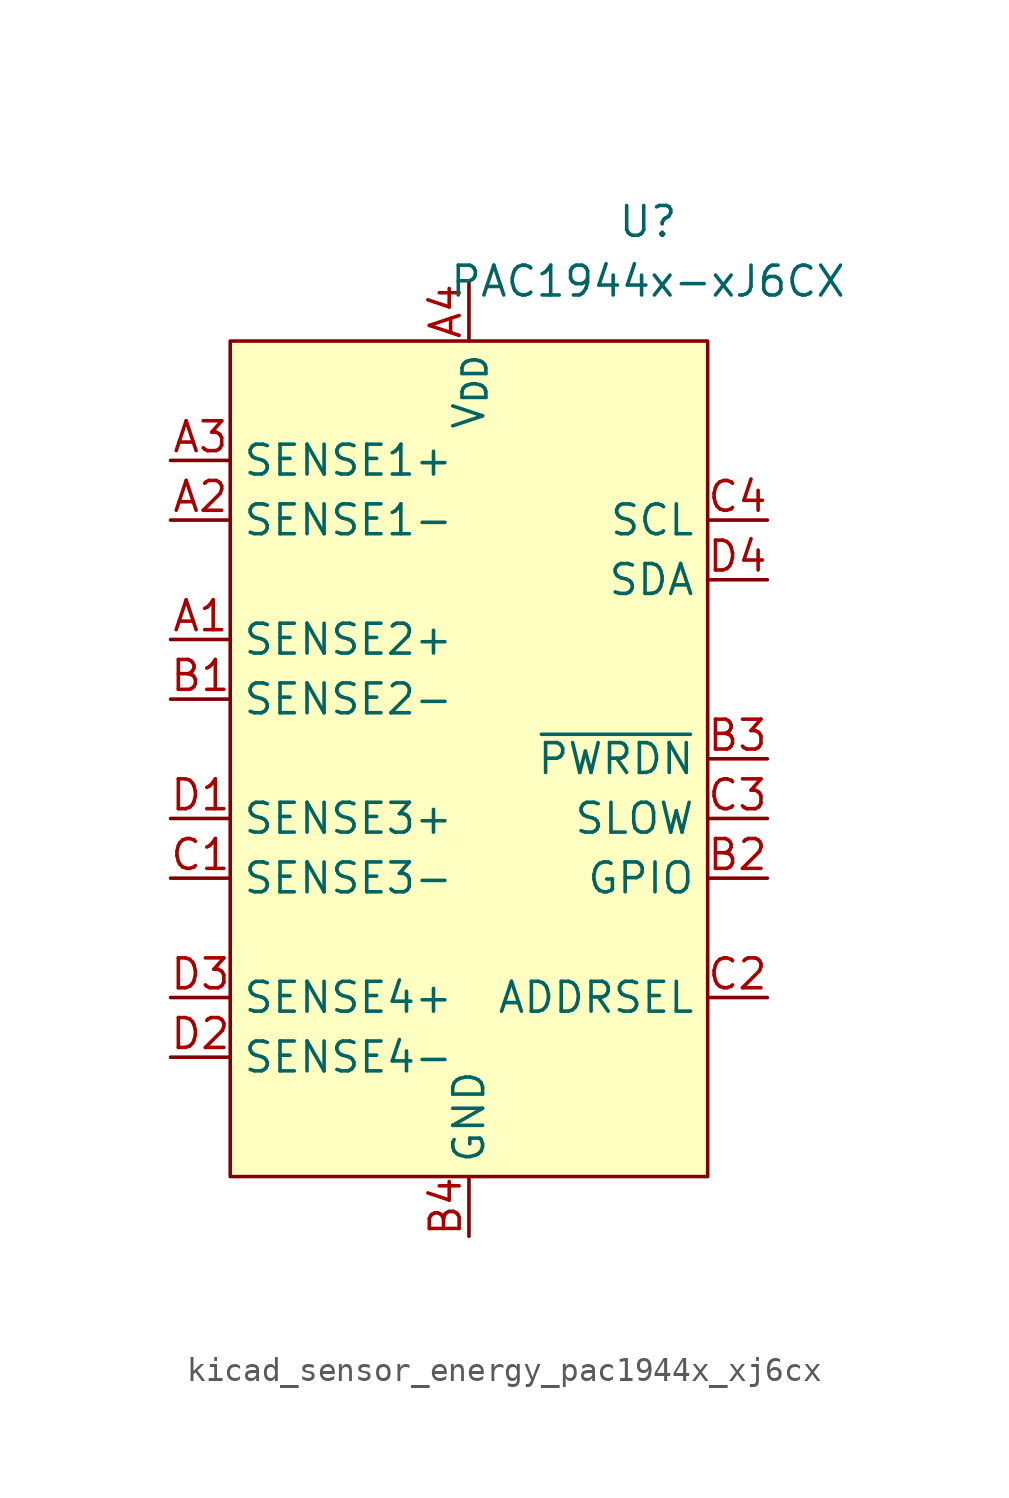
<source format=kicad_sym>
(kicad_symbol_lib
  (version 20220914)
  (generator kicad_symbol_editor)
  (symbol "kicad_sensor_energy_pac1944x_xj6cx"
    (property "Reference" "U"
      (at 7.62 22.86 0)
      (effects (font (size 1.27 1.27))))
    (property "Value" "PAC1944x-xJ6CX"
      (at 7.62 20.32 0)
      (effects (font (size 1.27 1.27))))
    (symbol "kicad_sensor_energy_pac1944x_xj6cx_0_0"
      (pin input line (at -12.7 5.08 0) (length 2.54) (name "SENSE2+" (effects (font (size 1.27 1.27)))) (number "A1" (effects (font (size 1.27 1.27)))))
      (pin input line (at -12.7 10.16 0) (length 2.54) (name "SENSE1-" (effects (font (size 1.27 1.27)))) (number "A2" (effects (font (size 1.27 1.27)))))
      (pin input line (at -12.7 12.7 0) (length 2.54) (name "SENSE1+" (effects (font (size 1.27 1.27)))) (number "A3" (effects (font (size 1.27 1.27)))))
      (pin power_in line (at 0 20.32 270) (length 2.54) (name "V_{DD}" (effects (font (size 1.27 1.27)))) (number "A4" (effects (font (size 1.27 1.27)))))
      (pin input line (at -12.7 2.54 0) (length 2.54) (name "SENSE2-" (effects (font (size 1.27 1.27)))) (number "B1" (effects (font (size 1.27 1.27)))))
      (pin bidirectional line (at 12.7 -5.08 180) (length 2.54) (name "GPIO" (effects (font (size 1.27 1.27)))) (number "B2" (effects (font (size 1.27 1.27)))) (alternate "~{ALERT2}" open_collector line))
      (pin input line (at 12.7 0 180) (length 2.54) (name "~{PWRDN}" (effects (font (size 1.27 1.27)))) (number "B3" (effects (font (size 1.27 1.27)))))
      (pin power_in line (at 0 -20.32 90) (length 2.54) (name "GND" (effects (font (size 1.27 1.27)))) (number "B4" (effects (font (size 1.27 1.27)))))
      (pin input line (at -12.7 -5.08 0) (length 2.54) (name "SENSE3-" (effects (font (size 1.27 1.27)))) (number "C1" (effects (font (size 1.27 1.27)))))
      (pin passive line (at 12.7 -10.16 180) (length 2.54) (name "ADDRSEL" (effects (font (size 1.27 1.27)))) (number "C2" (effects (font (size 1.27 1.27)))))
      (pin input line (at 12.7 -2.54 180) (length 2.54) (name "SLOW" (effects (font (size 1.27 1.27)))) (number "C3" (effects (font (size 1.27 1.27)))) (alternate "GPIO" bidirectional line) (alternate "~{ALERT1}" open_collector line))
      (pin input line (at 12.7 10.16 180) (length 2.54) (name "SCL" (effects (font (size 1.27 1.27)))) (number "C4" (effects (font (size 1.27 1.27)))) (alternate "SM_CLK" input line))
      (pin input line (at -12.7 -2.54 0) (length 2.54) (name "SENSE3+" (effects (font (size 1.27 1.27)))) (number "D1" (effects (font (size 1.27 1.27)))))
      (pin input line (at -12.7 -12.7 0) (length 2.54) (name "SENSE4-" (effects (font (size 1.27 1.27)))) (number "D2" (effects (font (size 1.27 1.27)))))
      (pin input line (at -12.7 -10.16 0) (length 2.54) (name "SENSE4+" (effects (font (size 1.27 1.27)))) (number "D3" (effects (font (size 1.27 1.27)))))
      (pin bidirectional line (at 12.7 7.62 180) (length 2.54) (name "SDA" (effects (font (size 1.27 1.27)))) (number "D4" (effects (font (size 1.27 1.27)))) (alternate "SM_DATA" bidirectional line)))
    (symbol "kicad_sensor_energy_pac1944x_xj6cx_0_1"
      (rectangle (start -10.16 17.78) (end 10.16 -17.78) (stroke (width 0) (type default)) (fill (type background))))))
</source>
